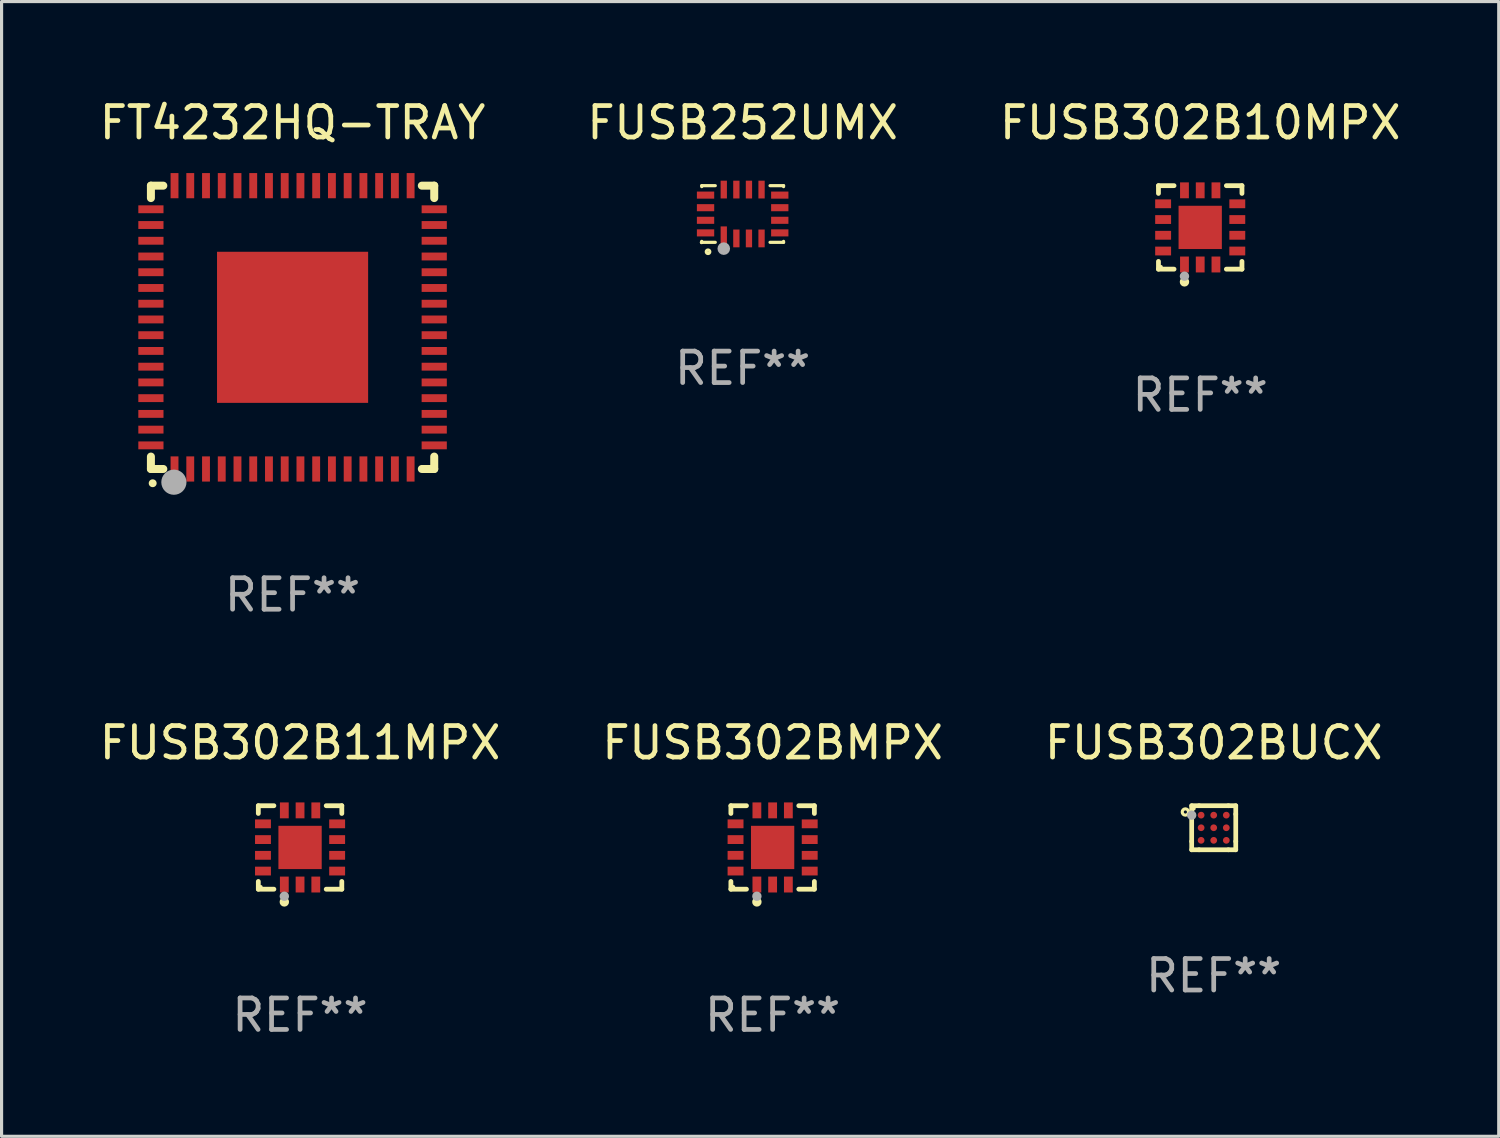
<source format=kicad_pcb>
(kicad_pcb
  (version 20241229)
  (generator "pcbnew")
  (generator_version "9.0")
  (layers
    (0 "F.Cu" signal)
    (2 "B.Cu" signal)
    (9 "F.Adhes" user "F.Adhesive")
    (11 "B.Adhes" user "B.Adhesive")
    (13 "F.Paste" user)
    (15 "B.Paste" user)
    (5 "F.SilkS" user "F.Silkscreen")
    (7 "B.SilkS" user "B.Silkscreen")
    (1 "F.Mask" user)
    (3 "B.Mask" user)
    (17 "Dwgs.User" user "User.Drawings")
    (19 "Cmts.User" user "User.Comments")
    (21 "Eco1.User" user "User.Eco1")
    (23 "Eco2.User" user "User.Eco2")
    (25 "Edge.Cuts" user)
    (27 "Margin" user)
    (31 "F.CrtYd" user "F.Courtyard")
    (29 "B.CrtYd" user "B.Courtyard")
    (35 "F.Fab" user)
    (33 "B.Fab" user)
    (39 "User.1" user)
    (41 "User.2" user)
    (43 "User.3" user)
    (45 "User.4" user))
  (footprint "FT4232HQ-TRAY"
    (layer "F.Cu")
    (at 6.244 7.348)
    (property "Reference" "FT4232HQ-TRAY" (at 0 -6.5 0) (layer "F.SilkS") (effects (font (size 1 1) (thickness 0.15))))
    (attr through_hole)
    (fp_line (start -4.5 -4.5) (end -4.106 -4.5) (stroke (width 0.254) (type solid)) (layer "F.SilkS"))
    (fp_line (start -4.5 -4.106) (end -4.5 -4.5) (stroke (width 0.254) (type solid)) (layer "F.SilkS"))
    (fp_line (start -4.5 4.5) (end -4.5 4.106) (stroke (width 0.254) (type solid)) (layer "F.SilkS"))
    (fp_line (start -4.106 4.5) (end -4.5 4.5) (stroke (width 0.254) (type solid)) (layer "F.SilkS"))
    (fp_line (start 4.106 -4.5) (end 4.5 -4.5) (stroke (width 0.254) (type solid)) (layer "F.SilkS"))
    (fp_line (start 4.5 -4.5) (end 4.5 -4.106) (stroke (width 0.254) (type solid)) (layer "F.SilkS"))
    (fp_line (start 4.5 4.106) (end 4.5 4.5) (stroke (width 0.254) (type solid)) (layer "F.SilkS"))
    (fp_line (start 4.5 4.5) (end 4.106 4.5) (stroke (width 0.254) (type solid)) (layer "F.SilkS"))
    (fp_arc (start -4.444945 4.953073) (mid -4.443675 4.953067) (end -4.442405 4.953073) (stroke (width 0.24892) (type solid)) (layer "F.SilkS"))
    (fp_circle (center -4.5 4.5) (end -4.47 4.5) (stroke (width 0.06) (type solid)) (fill no) (layer "F.SilkS"))
    (fp_circle (center -3.77 4.92) (end -3.57 4.92) (stroke (width 0.4) (type solid)) (fill no) (layer "F.Fab"))
    (fp_text user "REF**" (at 0 8.5 0) (layer "F.Fab") (effects (font (size 1 1) (thickness 0.15))))
    (pad "1" smd rect (at -3.75 4.5 90) (size 0.8 0.25) (layers "F.Cu" "F.Mask" "F.Paste"))
    (pad "2" smd rect (at -3.25 4.5 90) (size 0.8 0.25) (layers "F.Cu" "F.Mask" "F.Paste"))
    (pad "3" smd rect (at -2.75 4.5 90) (size 0.8 0.25) (layers "F.Cu" "F.Mask" "F.Paste"))
    (pad "4" smd rect (at -2.25 4.5 90) (size 0.8 0.25) (layers "F.Cu" "F.Mask" "F.Paste"))
    (pad "5" smd rect (at -1.75 4.5 90) (size 0.8 0.25) (layers "F.Cu" "F.Mask" "F.Paste"))
    (pad "6" smd rect (at -1.25 4.5 90) (size 0.8 0.25) (layers "F.Cu" "F.Mask" "F.Paste"))
    (pad "7" smd rect (at -0.75 4.5 90) (size 0.8 0.25) (layers "F.Cu" "F.Mask" "F.Paste"))
    (pad "8" smd rect (at -0.25 4.5 90) (size 0.8 0.25) (layers "F.Cu" "F.Mask" "F.Paste"))
    (pad "9" smd rect (at 0.25 4.5 90) (size 0.8 0.25) (layers "F.Cu" "F.Mask" "F.Paste"))
    (pad "10" smd rect (at 0.75 4.5 90) (size 0.8 0.25) (layers "F.Cu" "F.Mask" "F.Paste"))
    (pad "11" smd rect (at 1.25 4.5 90) (size 0.8 0.25) (layers "F.Cu" "F.Mask" "F.Paste"))
    (pad "12" smd rect (at 1.75 4.5 90) (size 0.8 0.25) (layers "F.Cu" "F.Mask" "F.Paste"))
    (pad "13" smd rect (at 2.25 4.5 90) (size 0.8 0.25) (layers "F.Cu" "F.Mask" "F.Paste"))
    (pad "14" smd rect (at 2.75 4.5 90) (size 0.8 0.25) (layers "F.Cu" "F.Mask" "F.Paste"))
    (pad "15" smd rect (at 3.25 4.5 90) (size 0.8 0.25) (layers "F.Cu" "F.Mask" "F.Paste"))
    (pad "16" smd rect (at 3.75 4.5 90) (size 0.8 0.25) (layers "F.Cu" "F.Mask" "F.Paste"))
    (pad "17" smd rect (at 4.5 3.75) (size 0.8 0.25) (layers "F.Cu" "F.Mask" "F.Paste"))
    (pad "18" smd rect (at 4.5 3.25) (size 0.8 0.25) (layers "F.Cu" "F.Mask" "F.Paste"))
    (pad "19" smd rect (at 4.5 2.75) (size 0.8 0.25) (layers "F.Cu" "F.Mask" "F.Paste"))
    (pad "20" smd rect (at 4.5 2.25) (size 0.8 0.25) (layers "F.Cu" "F.Mask" "F.Paste"))
    (pad "21" smd rect (at 4.5 1.75) (size 0.8 0.25) (layers "F.Cu" "F.Mask" "F.Paste"))
    (pad "22" smd rect (at 4.5 1.25) (size 0.8 0.25) (layers "F.Cu" "F.Mask" "F.Paste"))
    (pad "23" smd rect (at 4.5 0.75) (size 0.8 0.25) (layers "F.Cu" "F.Mask" "F.Paste"))
    (pad "24" smd rect (at 4.5 0.25) (size 0.8 0.25) (layers "F.Cu" "F.Mask" "F.Paste"))
    (pad "25" smd rect (at 4.5 -0.25) (size 0.8 0.25) (layers "F.Cu" "F.Mask" "F.Paste"))
    (pad "26" smd rect (at 4.5 -0.75) (size 0.8 0.25) (layers "F.Cu" "F.Mask" "F.Paste"))
    (pad "27" smd rect (at 4.5 -1.25) (size 0.8 0.25) (layers "F.Cu" "F.Mask" "F.Paste"))
    (pad "28" smd rect (at 4.5 -1.75) (size 0.8 0.25) (layers "F.Cu" "F.Mask" "F.Paste"))
    (pad "29" smd rect (at 4.5 -2.25) (size 0.8 0.25) (layers "F.Cu" "F.Mask" "F.Paste"))
    (pad "30" smd rect (at 4.5 -2.75) (size 0.8 0.25) (layers "F.Cu" "F.Mask" "F.Paste"))
    (pad "31" smd rect (at 4.5 -3.25) (size 0.8 0.25) (layers "F.Cu" "F.Mask" "F.Paste"))
    (pad "32" smd rect (at 4.5 -3.75) (size 0.8 0.25) (layers "F.Cu" "F.Mask" "F.Paste"))
    (pad "33" smd rect (at 3.75 -4.5 90) (size 0.8 0.25) (layers "F.Cu" "F.Mask" "F.Paste"))
    (pad "34" smd rect (at 3.25 -4.5 90) (size 0.8 0.25) (layers "F.Cu" "F.Mask" "F.Paste"))
    (pad "35" smd rect (at 2.75 -4.5 90) (size 0.8 0.25) (layers "F.Cu" "F.Mask" "F.Paste"))
    (pad "36" smd rect (at 2.25 -4.5 90) (size 0.8 0.25) (layers "F.Cu" "F.Mask" "F.Paste"))
    (pad "37" smd rect (at 1.75 -4.5 90) (size 0.8 0.25) (layers "F.Cu" "F.Mask" "F.Paste"))
    (pad "38" smd rect (at 1.25 -4.5 90) (size 0.8 0.25) (layers "F.Cu" "F.Mask" "F.Paste"))
    (pad "39" smd rect (at 0.75 -4.5 90) (size 0.8 0.25) (layers "F.Cu" "F.Mask" "F.Paste"))
    (pad "40" smd rect (at 0.25 -4.5 90) (size 0.8 0.25) (layers "F.Cu" "F.Mask" "F.Paste"))
    (pad "41" smd rect (at -0.25 -4.5 90) (size 0.8 0.25) (layers "F.Cu" "F.Mask" "F.Paste"))
    (pad "42" smd rect (at -0.75 -4.5 90) (size 0.8 0.25) (layers "F.Cu" "F.Mask" "F.Paste"))
    (pad "43" smd rect (at -1.25 -4.5 90) (size 0.8 0.25) (layers "F.Cu" "F.Mask" "F.Paste"))
    (pad "44" smd rect (at -1.75 -4.5 90) (size 0.8 0.25) (layers "F.Cu" "F.Mask" "F.Paste"))
    (pad "45" smd rect (at -2.25 -4.5 90) (size 0.8 0.25) (layers "F.Cu" "F.Mask" "F.Paste"))
    (pad "46" smd rect (at -2.75 -4.5 90) (size 0.8 0.25) (layers "F.Cu" "F.Mask" "F.Paste"))
    (pad "47" smd rect (at -3.25 -4.5 90) (size 0.8 0.25) (layers "F.Cu" "F.Mask" "F.Paste"))
    (pad "48" smd rect (at -3.75 -4.5 90) (size 0.8 0.25) (layers "F.Cu" "F.Mask" "F.Paste"))
    (pad "49" smd rect (at -4.5 -3.75) (size 0.8 0.25) (layers "F.Cu" "F.Mask" "F.Paste"))
    (pad "50" smd rect (at -4.5 -3.25) (size 0.8 0.25) (layers "F.Cu" "F.Mask" "F.Paste"))
    (pad "51" smd rect (at -4.5 -2.75) (size 0.8 0.25) (layers "F.Cu" "F.Mask" "F.Paste"))
    (pad "52" smd rect (at -4.5 -2.25) (size 0.8 0.25) (layers "F.Cu" "F.Mask" "F.Paste"))
    (pad "53" smd rect (at -4.5 -1.75) (size 0.8 0.25) (layers "F.Cu" "F.Mask" "F.Paste"))
    (pad "54" smd rect (at -4.5 -1.25) (size 0.8 0.25) (layers "F.Cu" "F.Mask" "F.Paste"))
    (pad "55" smd rect (at -4.5 -0.75) (size 0.8 0.25) (layers "F.Cu" "F.Mask" "F.Paste"))
    (pad "56" smd rect (at -4.5 -0.25) (size 0.8 0.25) (layers "F.Cu" "F.Mask" "F.Paste"))
    (pad "57" smd rect (at -4.5 0.25) (size 0.8 0.25) (layers "F.Cu" "F.Mask" "F.Paste"))
    (pad "58" smd rect (at -4.5 0.75) (size 0.8 0.25) (layers "F.Cu" "F.Mask" "F.Paste"))
    (pad "59" smd rect (at -4.5 1.25) (size 0.8 0.25) (layers "F.Cu" "F.Mask" "F.Paste"))
    (pad "60" smd rect (at -4.5 1.75) (size 0.8 0.25) (layers "F.Cu" "F.Mask" "F.Paste"))
    (pad "61" smd rect (at -4.5 2.25) (size 0.8 0.25) (layers "F.Cu" "F.Mask" "F.Paste"))
    (pad "62" smd rect (at -4.5 2.75) (size 0.8 0.25) (layers "F.Cu" "F.Mask" "F.Paste"))
    (pad "63" smd rect (at -4.5 3.25) (size 0.8 0.25) (layers "F.Cu" "F.Mask" "F.Paste"))
    (pad "64" smd rect (at -4.5 3.75) (size 0.8 0.25) (layers "F.Cu" "F.Mask" "F.Paste"))
    (pad "65" smd rect (at 0.000191 -0.000064) (size 4.8 4.8) (layers "F.Cu" "F.Mask" "F.Paste")))
  (footprint "FUSB252UMX"
    (layer "F.Cu")
    (at 20.542 3.748)
    (property "Reference" "FUSB252UMX" (at 0 -2.9 0) (layer "F.SilkS") (effects (font (size 1 1) (thickness 0.15))))
    (attr through_hole)
    (fp_line (start -1.3 -0.9) (end -0.869 -0.9) (stroke (width 0.1) (type solid)) (layer "F.SilkS"))
    (fp_line (start -1.3 -0.869) (end -1.3 -0.9) (stroke (width 0.1) (type solid)) (layer "F.SilkS"))
    (fp_line (start -1.3 0.9) (end -1.3 0.869) (stroke (width 0.1) (type solid)) (layer "F.SilkS"))
    (fp_line (start -1.3 0.9) (end -0.869 0.9) (stroke (width 0.1) (type solid)) (layer "F.SilkS"))
    (fp_line (start 0.869 -0.9) (end 1.3 -0.9) (stroke (width 0.1) (type solid)) (layer "F.SilkS"))
    (fp_line (start 0.869 0.9) (end 1.3 0.9) (stroke (width 0.1) (type solid)) (layer "F.SilkS"))
    (fp_line (start 1.3 -0.9) (end 1.3 -0.869) (stroke (width 0.1) (type solid)) (layer "F.SilkS"))
    (fp_line (start 1.3 0.869) (end 1.3 0.9) (stroke (width 0.1) (type solid)) (layer "F.SilkS"))
    (fp_circle (center -1.305 0.9) (end -1.275 0.9) (stroke (width 0.06) (type solid)) (fill no) (layer "F.SilkS"))
    (fp_circle (center -1.1 1.2) (end -1.043 1.2) (stroke (width 0.1) (type solid)) (fill no) (layer "F.SilkS"))
    (fp_circle (center -0.6 1.1) (end -0.5 1.1) (stroke (width 0.2) (type solid)) (fill no) (layer "F.Fab"))
    (fp_text user "REF**" (at 0 4.9 0) (layer "F.Fab") (effects (font (size 1 1) (thickness 0.15))))
    (pad "1" smd rect (at -0.6 0.726 90) (size 0.663 0.2) (layers "F.Cu" "F.Mask" "F.Paste"))
    (pad "2" smd rect (at -0.2 0.776) (size 0.2 0.565) (layers "F.Cu" "F.Mask" "F.Paste"))
    (pad "3" smd rect (at 0.2 0.776) (size 0.2 0.565) (layers "F.Cu" "F.Mask" "F.Paste"))
    (pad "4" smd rect (at 0.6 0.776) (size 0.2 0.565) (layers "F.Cu" "F.Mask" "F.Paste"))
    (pad "5" smd rect (at 1.179 0.6) (size 0.55 0.225) (layers "F.Cu" "F.Mask" "F.Paste"))
    (pad "6" smd rect (at 1.179 0.2) (size 0.55 0.225) (layers "F.Cu" "F.Mask" "F.Paste"))
    (pad "7" smd rect (at 1.179 -0.2) (size 0.55 0.225) (layers "F.Cu" "F.Mask" "F.Paste"))
    (pad "8" smd rect (at 1.179 -0.6) (size 0.55 0.225) (layers "F.Cu" "F.Mask" "F.Paste"))
    (pad "9" smd rect (at 0.6 -0.776) (size 0.2 0.565) (layers "F.Cu" "F.Mask" "F.Paste"))
    (pad "10" smd rect (at 0.2 -0.776) (size 0.2 0.565) (layers "F.Cu" "F.Mask" "F.Paste"))
    (pad "11" smd rect (at -0.2 -0.776) (size 0.2 0.565) (layers "F.Cu" "F.Mask" "F.Paste"))
    (pad "12" smd rect (at -0.6 -0.776) (size 0.2 0.565) (layers "F.Cu" "F.Mask" "F.Paste"))
    (pad "13" smd rect (at -1.179 -0.6) (size 0.55 0.225) (layers "F.Cu" "F.Mask" "F.Paste"))
    (pad "14" smd rect (at -1.179 -0.2) (size 0.55 0.225) (layers "F.Cu" "F.Mask" "F.Paste"))
    (pad "15" smd rect (at -1.179 0.2) (size 0.55 0.225) (layers "F.Cu" "F.Mask" "F.Paste"))
    (pad "16" smd rect (at -1.179 0.6) (size 0.55 0.225) (layers "F.Cu" "F.Mask" "F.Paste")))
  (footprint "FUSB302BMPX"
    (layer "F.Cu")
    (at 21.494 23.871)
    (property "Reference" "FUSB302BMPX" (at 0 -3.326 0) (layer "F.SilkS") (effects (font (size 1 1) (thickness 0.15))))
    (attr through_hole)
    (fp_line (start -1.326 -1.326) (end -0.831 -1.326) (stroke (width 0.152) (type solid)) (layer "F.SilkS"))
    (fp_line (start -1.326 -1.08) (end -1.326 -1.326) (stroke (width 0.152) (type solid)) (layer "F.SilkS"))
    (fp_line (start -1.326 1.08) (end -1.326 1.326) (stroke (width 0.152) (type solid)) (layer "F.SilkS"))
    (fp_line (start -1.326 1.326) (end -0.831 1.326) (stroke (width 0.152) (type solid)) (layer "F.SilkS"))
    (fp_line (start 1.326 -1.326) (end 0.831 -1.326) (stroke (width 0.152) (type solid)) (layer "F.SilkS"))
    (fp_line (start 1.326 -1.08) (end 1.326 -1.326) (stroke (width 0.152) (type solid)) (layer "F.SilkS"))
    (fp_line (start 1.326 1.08) (end 1.326 1.326) (stroke (width 0.152) (type solid)) (layer "F.SilkS"))
    (fp_line (start 1.326 1.326) (end 0.831 1.326) (stroke (width 0.152) (type solid)) (layer "F.SilkS"))
    (fp_circle (center -1.25 1.25) (end -1.22 1.25) (stroke (width 0.06) (type solid)) (fill no) (layer "F.SilkS"))
    (fp_circle (center -0.5 1.73) (end -0.425 1.73) (stroke (width 0.15) (type solid)) (fill no) (layer "F.SilkS"))
    (fp_circle (center -0.5 1.55) (end -0.425 1.55) (stroke (width 0.15) (type solid)) (fill no) (layer "F.Fab"))
    (fp_text user "REF**" (at 0 5.326 0) (layer "F.Fab") (effects (font (size 1 1) (thickness 0.15))))
    (pad "1" smd rect (at -0.5 1.178) (size 0.28 0.505) (layers "F.Cu" "F.Mask" "F.Paste"))
    (pad "2" smd rect (at 0 1.178) (size 0.28 0.505) (layers "F.Cu" "F.Mask" "F.Paste"))
    (pad "3" smd rect (at 0.5 1.178) (size 0.28 0.505) (layers "F.Cu" "F.Mask" "F.Paste"))
    (pad "4" smd rect (at 1.178 0.75) (size 0.505 0.28) (layers "F.Cu" "F.Mask" "F.Paste"))
    (pad "5" smd rect (at 1.178 0.25) (size 0.505 0.28) (layers "F.Cu" "F.Mask" "F.Paste"))
    (pad "6" smd rect (at 1.178 -0.25) (size 0.505 0.28) (layers "F.Cu" "F.Mask" "F.Paste"))
    (pad "7" smd rect (at 1.178 -0.75) (size 0.505 0.28) (layers "F.Cu" "F.Mask" "F.Paste"))
    (pad "8" smd rect (at 0.5 -1.178) (size 0.28 0.505) (layers "F.Cu" "F.Mask" "F.Paste"))
    (pad "9" smd rect (at 0 -1.178) (size 0.28 0.505) (layers "F.Cu" "F.Mask" "F.Paste"))
    (pad "10" smd rect (at -0.5 -1.178) (size 0.28 0.505) (layers "F.Cu" "F.Mask" "F.Paste"))
    (pad "11" smd rect (at -1.178 -0.75) (size 0.505 0.28) (layers "F.Cu" "F.Mask" "F.Paste"))
    (pad "12" smd rect (at -1.178 -0.25) (size 0.505 0.28) (layers "F.Cu" "F.Mask" "F.Paste"))
    (pad "13" smd rect (at -1.178 0.25) (size 0.505 0.28) (layers "F.Cu" "F.Mask" "F.Paste"))
    (pad "14" smd rect (at -1.178 0.75) (size 0.505 0.28) (layers "F.Cu" "F.Mask" "F.Paste"))
    (pad "15" smd rect (at 0 0) (size 1.375 1.375) (layers "F.Cu" "F.Mask" "F.Paste")))
  (footprint "FUSB302BUCX"
    (layer "F.Cu")
    (at 35.506 23.245)
    (property "Reference" "FUSB302BUCX" (at 0 -2.7 0) (layer "F.SilkS") (effects (font (size 1 1) (thickness 0.15))))
    (attr through_hole)
    (fp_line (start -0.7 -0.7) (end -0.7 -0.433) (stroke (width 0.15) (type solid)) (layer "F.SilkS"))
    (fp_line (start -0.7 0.433) (end -0.7 -0.433) (stroke (width 0.15) (type solid)) (layer "F.SilkS"))
    (fp_line (start -0.7 0.433) (end -0.7 0.7) (stroke (width 0.15) (type solid)) (layer "F.SilkS"))
    (fp_line (start -0.466 -0.7) (end -0.7 -0.7) (stroke (width 0.15) (type solid)) (layer "F.SilkS"))
    (fp_line (start -0.466 -0.7) (end 0.466 -0.7) (stroke (width 0.15) (type solid)) (layer "F.SilkS"))
    (fp_line (start -0.466 0.7) (end -0.7 0.7) (stroke (width 0.15) (type solid)) (layer "F.SilkS"))
    (fp_line (start 0.466 0.7) (end -0.466 0.7) (stroke (width 0.15) (type solid)) (layer "F.SilkS"))
    (fp_line (start 0.7 -0.7) (end 0.466 -0.7) (stroke (width 0.15) (type solid)) (layer "F.SilkS"))
    (fp_line (start 0.7 -0.7) (end 0.7 -0.433) (stroke (width 0.15) (type solid)) (layer "F.SilkS"))
    (fp_line (start 0.7 -0.433) (end 0.7 0.433) (stroke (width 0.15) (type solid)) (layer "F.SilkS"))
    (fp_line (start 0.7 0.433) (end 0.7 0.7) (stroke (width 0.15) (type solid)) (layer "F.SilkS"))
    (fp_line (start 0.7 0.7) (end 0.466 0.7) (stroke (width 0.15) (type solid)) (layer "F.SilkS"))
    (fp_circle (center -0.9 -0.5) (end -0.8 -0.5) (stroke (width 0.1) (type solid)) (fill no) (layer "F.SilkS"))
    (fp_circle (center -0.63 -0.607) (end -0.6 -0.607) (stroke (width 0.06) (type solid)) (fill no) (layer "F.SilkS"))
    (fp_circle (center -0.7 -0.4) (end -0.625 -0.4) (stroke (width 0.15) (type solid)) (fill no) (layer "F.Fab"))
    (fp_text user "REF**" (at 0 4.7 0) (layer "F.Fab") (effects (font (size 1 1) (thickness 0.15))))
    (pad "A1" smd circle (at -0.4 -0.4) (size 0.215 0.215) (layers "F.Cu" "F.Mask" "F.Paste"))
    (pad "A2" smd circle (at -0.000127 -0.4) (size 0.215 0.215) (layers "F.Cu" "F.Mask" "F.Paste"))
    (pad "A3" smd circle (at 0.4 -0.4) (size 0.215 0.215) (layers "F.Cu" "F.Mask" "F.Paste"))
    (pad "B1" smd circle (at -0.4 0.000178) (size 0.215 0.215) (layers "F.Cu" "F.Mask" "F.Paste"))
    (pad "B2" smd circle (at 0.000127 0.000178) (size 0.215 0.215) (layers "F.Cu" "F.Mask" "F.Paste"))
    (pad "B3" smd circle (at 0.4 0.000178) (size 0.215 0.215) (layers "F.Cu" "F.Mask" "F.Paste"))
    (pad "C1" smd circle (at -0.4 0.4) (size 0.215 0.215) (layers "F.Cu" "F.Mask" "F.Paste"))
    (pad "C2" smd circle (at -0.000127 0.4) (size 0.215 0.215) (layers "F.Cu" "F.Mask" "F.Paste"))
    (pad "C3" smd circle (at 0.4 0.4) (size 0.215 0.215) (layers "F.Cu" "F.Mask" "F.Paste")))
  (footprint "FUSB302B11MPX"
    (layer "F.Cu")
    (at 6.482 23.871)
    (property "Reference" "FUSB302B11MPX" (at 0 -3.326 0) (layer "F.SilkS") (effects (font (size 1 1) (thickness 0.15))))
    (attr through_hole)
    (fp_line (start -1.326 -1.326) (end -0.831 -1.326) (stroke (width 0.152) (type solid)) (layer "F.SilkS"))
    (fp_line (start -1.326 -1.08) (end -1.326 -1.326) (stroke (width 0.152) (type solid)) (layer "F.SilkS"))
    (fp_line (start -1.326 1.08) (end -1.326 1.326) (stroke (width 0.152) (type solid)) (layer "F.SilkS"))
    (fp_line (start -1.326 1.326) (end -0.831 1.326) (stroke (width 0.152) (type solid)) (layer "F.SilkS"))
    (fp_line (start 1.326 -1.326) (end 0.831 -1.326) (stroke (width 0.152) (type solid)) (layer "F.SilkS"))
    (fp_line (start 1.326 -1.08) (end 1.326 -1.326) (stroke (width 0.152) (type solid)) (layer "F.SilkS"))
    (fp_line (start 1.326 1.08) (end 1.326 1.326) (stroke (width 0.152) (type solid)) (layer "F.SilkS"))
    (fp_line (start 1.326 1.326) (end 0.831 1.326) (stroke (width 0.152) (type solid)) (layer "F.SilkS"))
    (fp_circle (center -1.25 1.25) (end -1.22 1.25) (stroke (width 0.06) (type solid)) (fill no) (layer "F.SilkS"))
    (fp_circle (center -0.5 1.73) (end -0.425 1.73) (stroke (width 0.15) (type solid)) (fill no) (layer "F.SilkS"))
    (fp_circle (center -0.5 1.55) (end -0.425 1.55) (stroke (width 0.15) (type solid)) (fill no) (layer "F.Fab"))
    (fp_text user "REF**" (at 0 5.326 0) (layer "F.Fab") (effects (font (size 1 1) (thickness 0.15))))
    (pad "1" smd rect (at -0.5 1.178) (size 0.28 0.505) (layers "F.Cu" "F.Mask" "F.Paste"))
    (pad "2" smd rect (at 0 1.178) (size 0.28 0.505) (layers "F.Cu" "F.Mask" "F.Paste"))
    (pad "3" smd rect (at 0.5 1.178) (size 0.28 0.505) (layers "F.Cu" "F.Mask" "F.Paste"))
    (pad "4" smd rect (at 1.178 0.75) (size 0.505 0.28) (layers "F.Cu" "F.Mask" "F.Paste"))
    (pad "5" smd rect (at 1.178 0.25) (size 0.505 0.28) (layers "F.Cu" "F.Mask" "F.Paste"))
    (pad "6" smd rect (at 1.178 -0.25) (size 0.505 0.28) (layers "F.Cu" "F.Mask" "F.Paste"))
    (pad "7" smd rect (at 1.178 -0.75) (size 0.505 0.28) (layers "F.Cu" "F.Mask" "F.Paste"))
    (pad "8" smd rect (at 0.5 -1.178) (size 0.28 0.505) (layers "F.Cu" "F.Mask" "F.Paste"))
    (pad "9" smd rect (at 0 -1.178) (size 0.28 0.505) (layers "F.Cu" "F.Mask" "F.Paste"))
    (pad "10" smd rect (at -0.5 -1.178) (size 0.28 0.505) (layers "F.Cu" "F.Mask" "F.Paste"))
    (pad "11" smd rect (at -1.178 -0.75) (size 0.505 0.28) (layers "F.Cu" "F.Mask" "F.Paste"))
    (pad "12" smd rect (at -1.178 -0.25) (size 0.505 0.28) (layers "F.Cu" "F.Mask" "F.Paste"))
    (pad "13" smd rect (at -1.178 0.25) (size 0.505 0.28) (layers "F.Cu" "F.Mask" "F.Paste"))
    (pad "14" smd rect (at -1.178 0.75) (size 0.505 0.28) (layers "F.Cu" "F.Mask" "F.Paste"))
    (pad "15" smd rect (at 0 0) (size 1.375 1.375) (layers "F.Cu" "F.Mask" "F.Paste")))
  (footprint "FUSB302B10MPX"
    (layer "F.Cu")
    (at 35.077 4.174)
    (property "Reference" "FUSB302B10MPX" (at 0 -3.326 0) (layer "F.SilkS") (effects (font (size 1 1) (thickness 0.15))))
    (attr through_hole)
    (fp_line (start -1.326 -1.326) (end -0.831 -1.326) (stroke (width 0.152) (type solid)) (layer "F.SilkS"))
    (fp_line (start -1.326 -1.08) (end -1.326 -1.326) (stroke (width 0.152) (type solid)) (layer "F.SilkS"))
    (fp_line (start -1.326 1.08) (end -1.326 1.326) (stroke (width 0.152) (type solid)) (layer "F.SilkS"))
    (fp_line (start -1.326 1.326) (end -0.831 1.326) (stroke (width 0.152) (type solid)) (layer "F.SilkS"))
    (fp_line (start 1.326 -1.326) (end 0.831 -1.326) (stroke (width 0.152) (type solid)) (layer "F.SilkS"))
    (fp_line (start 1.326 -1.08) (end 1.326 -1.326) (stroke (width 0.152) (type solid)) (layer "F.SilkS"))
    (fp_line (start 1.326 1.08) (end 1.326 1.326) (stroke (width 0.152) (type solid)) (layer "F.SilkS"))
    (fp_line (start 1.326 1.326) (end 0.831 1.326) (stroke (width 0.152) (type solid)) (layer "F.SilkS"))
    (fp_circle (center -1.25 1.25) (end -1.22 1.25) (stroke (width 0.06) (type solid)) (fill no) (layer "F.SilkS"))
    (fp_circle (center -0.5 1.73) (end -0.425 1.73) (stroke (width 0.15) (type solid)) (fill no) (layer "F.SilkS"))
    (fp_circle (center -0.5 1.55) (end -0.425 1.55) (stroke (width 0.15) (type solid)) (fill no) (layer "F.Fab"))
    (fp_text user "REF**" (at 0 5.326 0) (layer "F.Fab") (effects (font (size 1 1) (thickness 0.15))))
    (pad "1" smd rect (at -0.5 1.178) (size 0.28 0.505) (layers "F.Cu" "F.Mask" "F.Paste"))
    (pad "2" smd rect (at 0 1.178) (size 0.28 0.505) (layers "F.Cu" "F.Mask" "F.Paste"))
    (pad "3" smd rect (at 0.5 1.178) (size 0.28 0.505) (layers "F.Cu" "F.Mask" "F.Paste"))
    (pad "4" smd rect (at 1.178 0.75) (size 0.505 0.28) (layers "F.Cu" "F.Mask" "F.Paste"))
    (pad "5" smd rect (at 1.178 0.25) (size 0.505 0.28) (layers "F.Cu" "F.Mask" "F.Paste"))
    (pad "6" smd rect (at 1.178 -0.25) (size 0.505 0.28) (layers "F.Cu" "F.Mask" "F.Paste"))
    (pad "7" smd rect (at 1.178 -0.75) (size 0.505 0.28) (layers "F.Cu" "F.Mask" "F.Paste"))
    (pad "8" smd rect (at 0.5 -1.178) (size 0.28 0.505) (layers "F.Cu" "F.Mask" "F.Paste"))
    (pad "9" smd rect (at 0 -1.178) (size 0.28 0.505) (layers "F.Cu" "F.Mask" "F.Paste"))
    (pad "10" smd rect (at -0.5 -1.178) (size 0.28 0.505) (layers "F.Cu" "F.Mask" "F.Paste"))
    (pad "11" smd rect (at -1.178 -0.75) (size 0.505 0.28) (layers "F.Cu" "F.Mask" "F.Paste"))
    (pad "12" smd rect (at -1.178 -0.25) (size 0.505 0.28) (layers "F.Cu" "F.Mask" "F.Paste"))
    (pad "13" smd rect (at -1.178 0.25) (size 0.505 0.28) (layers "F.Cu" "F.Mask" "F.Paste"))
    (pad "14" smd rect (at -1.178 0.75) (size 0.505 0.28) (layers "F.Cu" "F.Mask" "F.Paste"))
    (pad "15" smd rect (at 0 0) (size 1.375 1.375) (layers "F.Cu" "F.Mask" "F.Paste")))
  (gr_rect
    (start -3 -3)
    (end 44.56 33.046)
    (stroke (width 0.1) (type default))
    (fill no)
    (layer "Edge.Cuts")))
</source>
